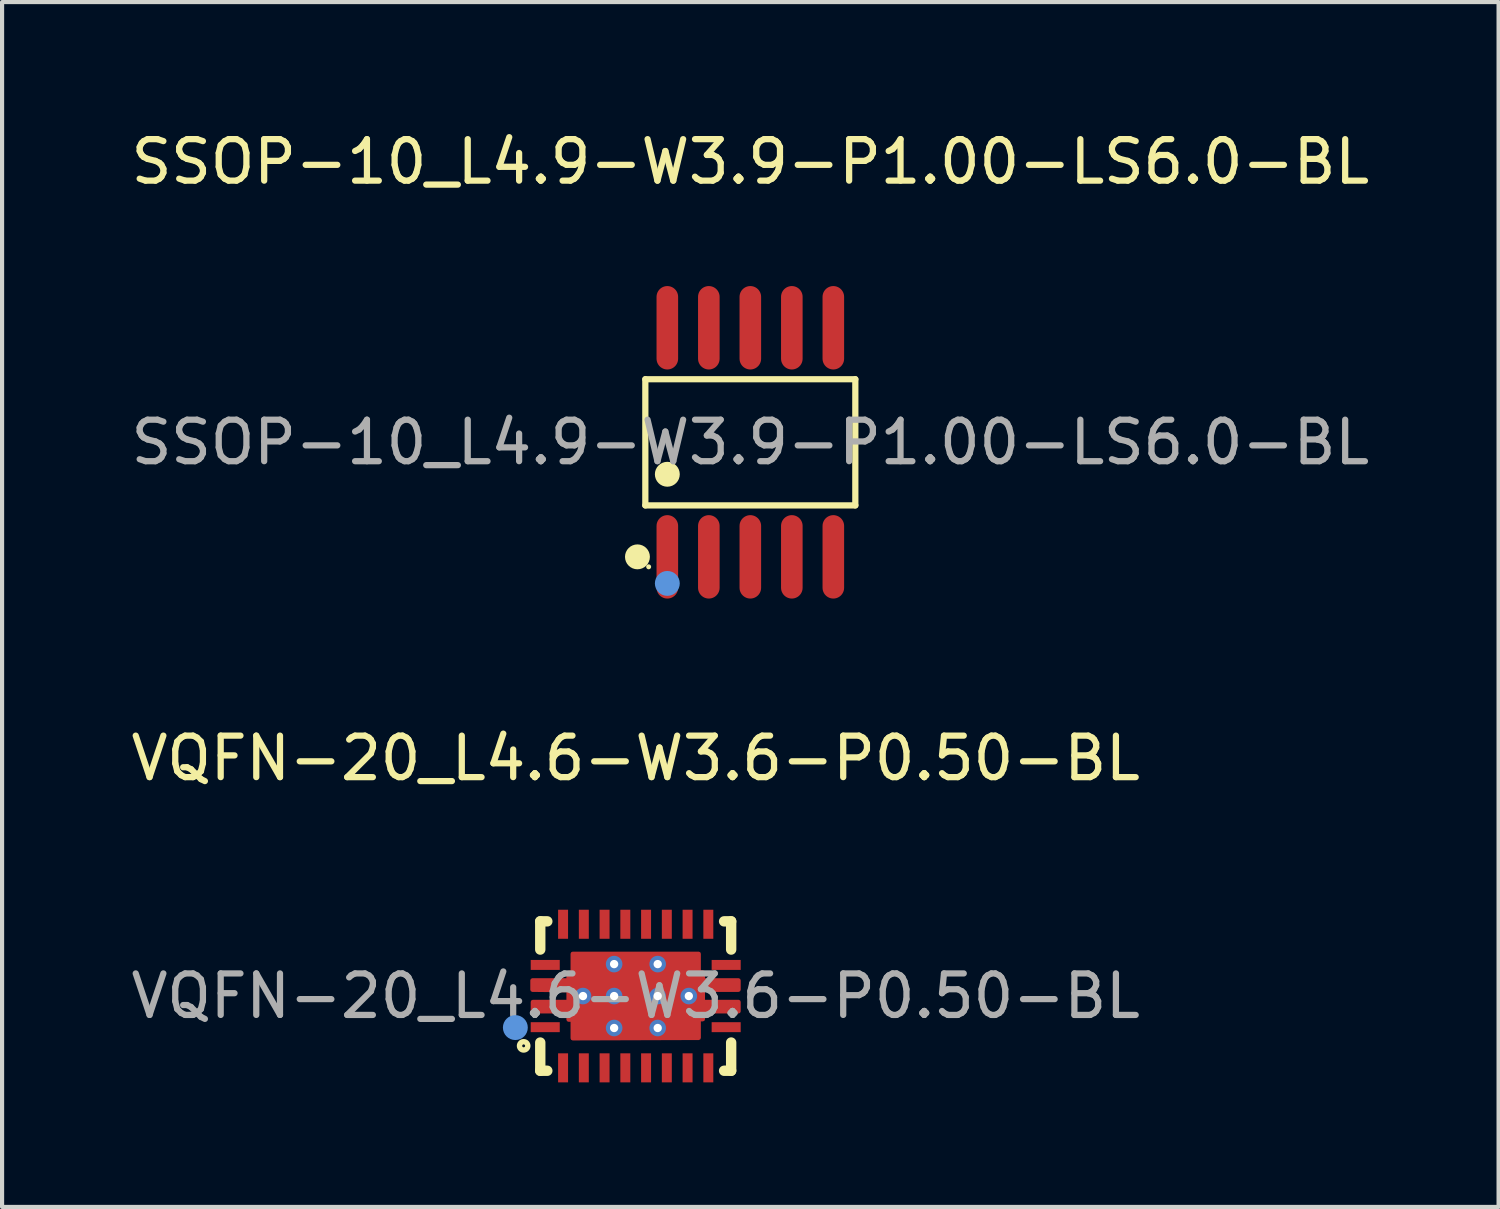
<source format=kicad_pcb>
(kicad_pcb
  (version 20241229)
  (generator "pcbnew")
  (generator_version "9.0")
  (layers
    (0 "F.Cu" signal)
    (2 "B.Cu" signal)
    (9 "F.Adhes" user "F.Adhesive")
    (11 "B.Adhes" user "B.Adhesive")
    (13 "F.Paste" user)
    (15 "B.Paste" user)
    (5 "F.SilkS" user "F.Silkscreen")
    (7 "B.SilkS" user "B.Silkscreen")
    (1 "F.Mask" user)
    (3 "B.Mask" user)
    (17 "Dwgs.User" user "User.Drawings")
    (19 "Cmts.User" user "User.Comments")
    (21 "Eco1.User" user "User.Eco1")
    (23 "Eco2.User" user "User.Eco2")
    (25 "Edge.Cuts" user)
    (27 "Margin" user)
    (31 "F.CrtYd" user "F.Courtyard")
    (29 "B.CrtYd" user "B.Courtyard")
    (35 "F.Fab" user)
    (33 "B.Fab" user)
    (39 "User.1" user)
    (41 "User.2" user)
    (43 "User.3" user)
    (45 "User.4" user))
  (footprint "SSOP-10_L4.9-W3.9-P1.00-LS6.0-BL"
    (layer "F.Cu")
    (at 15.03 7.608)
    (property "Reference" "SSOP-10_L4.9-W3.9-P1.00-LS6.0-BL" (at 0 -6.76 0) (layer "F.SilkS") (effects (font (size 1 1) (thickness 0.15))))
    (attr smd)
    (fp_line (start -2.53 -1.52) (end 2.53 -1.52) (stroke (width 0.15) (type solid)) (layer "F.SilkS"))
    (fp_line (start -2.53 1.52) (end -2.53 -1.52) (stroke (width 0.15) (type solid)) (layer "F.SilkS"))
    (fp_line (start 2.53 -1.52) (end 2.53 1.52) (stroke (width 0.15) (type solid)) (layer "F.SilkS"))
    (fp_line (start 2.53 1.52) (end -2.53 1.52) (stroke (width 0.15) (type solid)) (layer "F.SilkS"))
    (fp_circle (center -2.72 2.76) (end -2.57 2.76) (stroke (width 0.3) (type solid)) (fill no) (layer "F.SilkS"))
    (fp_circle (center -2.45 3) (end -2.42 3) (stroke (width 0.06) (type solid)) (fill no) (layer "F.SilkS"))
    (fp_circle (center -2 0.77) (end -1.85 0.77) (stroke (width 0.3) (type solid)) (fill no) (layer "F.SilkS"))
    (fp_circle (center -2 3.4) (end -1.85 3.4) (stroke (width 0.3) (type solid)) (fill no) (layer "Cmts.User"))
    (fp_text user "${REFERENCE}" (at 0 0 0) (layer "F.Fab") (effects (font (size 1 1) (thickness 0.15))))
    (pad "1" smd oval (at -2 2.76) (size 0.52 2.01) (layers "F.Cu" "F.Mask" "F.Paste"))
    (pad "2" smd oval (at -1 2.76) (size 0.52 2.01) (layers "F.Cu" "F.Mask" "F.Paste"))
    (pad "3" smd oval (at 0 2.76) (size 0.52 2.01) (layers "F.Cu" "F.Mask" "F.Paste"))
    (pad "4" smd oval (at 1 2.76) (size 0.52 2.01) (layers "F.Cu" "F.Mask" "F.Paste"))
    (pad "5" smd oval (at 2 2.76) (size 0.52 2.01) (layers "F.Cu" "F.Mask" "F.Paste"))
    (pad "6" smd oval (at 2 -2.76) (size 0.52 2.01) (layers "F.Cu" "F.Mask" "F.Paste"))
    (pad "7" smd oval (at 1 -2.76) (size 0.52 2.01) (layers "F.Cu" "F.Mask" "F.Paste"))
    (pad "8" smd oval (at 0 -2.76) (size 0.52 2.01) (layers "F.Cu" "F.Mask" "F.Paste"))
    (pad "9" smd oval (at -1 -2.76) (size 0.52 2.01) (layers "F.Cu" "F.Mask" "F.Paste"))
    (pad "10" smd oval (at -2 -2.76) (size 0.52 2.01) (layers "F.Cu" "F.Mask" "F.Paste")))
  (footprint "VQFN-20_L4.6-W3.6-P0.50-BL"
    (layer "F.Cu")
    (at 12.268 20.951)
    (property "Reference" "VQFN-20_L4.6-W3.6-P0.50-BL" (at 0 -5.73 0) (layer "F.SilkS") (effects (font (size 1 1) (thickness 0.15))))
    (attr smd)
    (fp_line (start -2.3 -1.8) (end -2.3 -1.12) (stroke (width 0.25) (type solid)) (layer "F.SilkS"))
    (fp_line (start -2.3 -1.8) (end -2.13 -1.8) (stroke (width 0.25) (type solid)) (layer "F.SilkS"))
    (fp_line (start -2.3 1.12) (end -2.3 1.8) (stroke (width 0.25) (type solid)) (layer "F.SilkS"))
    (fp_line (start -2.3 1.8) (end -2.13 1.8) (stroke (width 0.25) (type solid)) (layer "F.SilkS"))
    (fp_line (start 2.13 -1.8) (end 2.3 -1.8) (stroke (width 0.25) (type solid)) (layer "F.SilkS"))
    (fp_line (start 2.13 1.8) (end 2.3 1.8) (stroke (width 0.25) (type solid)) (layer "F.SilkS"))
    (fp_line (start 2.3 -1.8) (end 2.3 -1.12) (stroke (width 0.25) (type solid)) (layer "F.SilkS"))
    (fp_line (start 2.3 1.12) (end 2.3 1.8) (stroke (width 0.25) (type solid)) (layer "F.SilkS"))
    (fp_circle (center -2.7 1.2) (end -2.6 1.2) (stroke (width 0.13) (type solid)) (fill no) (layer "F.SilkS"))
    (fp_circle (center -2.29 1.75) (end -2.26 1.75) (stroke (width 0.06) (type solid)) (fill no) (layer "F.SilkS"))
    (fp_circle (center -2.9 0.76) (end -2.75 0.76) (stroke (width 0.3) (type solid)) (fill no) (layer "Cmts.User"))
    (fp_text user "${REFERENCE}" (at 0 0 0) (layer "F.Fab") (effects (font (size 1 1) (thickness 0.15))))
    (pad "" thru_hole circle (at -1.27 0) (size 0.4 0.4) (drill 0.2) (layers "*.Cu" "*.Paste" "*.Mask"))
    (pad "" thru_hole circle (at -0.52 -0.77) (size 0.4 0.4) (drill 0.2) (layers "*.Cu" "*.Paste" "*.Mask"))
    (pad "" thru_hole circle (at -0.52 0) (size 0.4 0.4) (drill 0.2) (layers "*.Cu" "*.Paste" "*.Mask"))
    (pad "" thru_hole circle (at -0.52 0.77) (size 0.4 0.4) (drill 0.2) (layers "*.Cu" "*.Paste" "*.Mask"))
    (pad "" thru_hole circle (at 0.53 -0.77) (size 0.4 0.4) (drill 0.2) (layers "*.Cu" "*.Paste" "*.Mask"))
    (pad "" thru_hole circle (at 0.53 0) (size 0.4 0.4) (drill 0.2) (layers "*.Cu" "*.Paste" "*.Mask"))
    (pad "" thru_hole circle (at 0.53 0.77) (size 0.4 0.4) (drill 0.2) (layers "*.Cu" "*.Paste" "*.Mask"))
    (pad "" thru_hole circle (at 1.28 0) (size 0.4 0.4) (drill 0.2) (layers "*.Cu" "*.Paste" "*.Mask"))
    (pad "1" smd rect (at -2.18 0.75) (size 0.7 0.24) (layers "F.Cu" "F.Mask" "F.Paste"))
    (pad "2" smd rect (at -1.75 1.73) (size 0.24 0.7) (layers "F.Cu" "F.Mask" "F.Paste"))
    (pad "3" smd rect (at -1.25 1.73) (size 0.24 0.7) (layers "F.Cu" "F.Mask" "F.Paste"))
    (pad "4" smd rect (at -0.75 1.73) (size 0.24 0.7) (layers "F.Cu" "F.Mask" "F.Paste"))
    (pad "5" smd rect (at -0.25 1.73) (size 0.24 0.7) (layers "F.Cu" "F.Mask" "F.Paste"))
    (pad "6" smd rect (at 0.25 1.73) (size 0.24 0.7) (layers "F.Cu" "F.Mask" "F.Paste"))
    (pad "7" smd rect (at 0.75 1.73) (size 0.24 0.7) (layers "F.Cu" "F.Mask" "F.Paste"))
    (pad "8" smd rect (at 1.25 1.73) (size 0.24 0.7) (layers "F.Cu" "F.Mask" "F.Paste"))
    (pad "9" smd rect (at 1.75 1.73) (size 0.24 0.7) (layers "F.Cu" "F.Mask" "F.Paste"))
    (pad "10" smd rect (at 2.18 0.75) (size 0.7 0.24) (layers "F.Cu" "F.Mask" "F.Paste"))
    (pad "11" smd rect (at 2.18 -0.75) (size 0.7 0.24) (layers "F.Cu" "F.Mask" "F.Paste"))
    (pad "12" smd rect (at 1.75 -1.73) (size 0.24 0.7) (layers "F.Cu" "F.Mask" "F.Paste"))
    (pad "13" smd rect (at 1.25 -1.73) (size 0.24 0.7) (layers "F.Cu" "F.Mask" "F.Paste"))
    (pad "14" smd rect (at 0.75 -1.73) (size 0.24 0.7) (layers "F.Cu" "F.Mask" "F.Paste"))
    (pad "15" smd rect (at 0.25 -1.73) (size 0.24 0.7) (layers "F.Cu" "F.Mask" "F.Paste"))
    (pad "16" smd rect (at -0.25 -1.73) (size 0.24 0.7) (layers "F.Cu" "F.Mask" "F.Paste"))
    (pad "17" smd rect (at -0.75 -1.73) (size 0.24 0.7) (layers "F.Cu" "F.Mask" "F.Paste"))
    (pad "18" smd rect (at -1.25 -1.73) (size 0.24 0.7) (layers "F.Cu" "F.Mask" "F.Paste"))
    (pad "19" smd rect (at -1.75 -1.73) (size 0.24 0.7) (layers "F.Cu" "F.Mask" "F.Paste"))
    (pad "20" smd rect (at -2.18 -0.75) (size 0.7 0.24) (layers "F.Cu" "F.Mask" "F.Paste"))
    (pad "21" smd custom (at 0 0) (size 0.01 0.01) (layers "F.Cu" "F.Mask" "F.Paste") (options (anchor circle)) (primitives (gr_poly (pts (xy -1.62 -0.14) (xy -2.49 -0.15) (xy -2.49 -0.38) (xy -1.62 -0.38) (xy -1.62 -0.56) (xy -1.52 -0.57) (xy -1.52 -1.02) (xy 1.52 -1.02) (xy 1.52 -0.57) (xy 1.62 -0.57) (xy 1.62 -0.38) (xy 2.48 -0.38) (xy 2.48 -0.15) (xy 1.62 -0.15) (xy 1.62 0.14) (xy 2.48 0.14) (xy 2.48 0.37) (xy 1.62 0.37) (xy 1.62 0.56) (xy 1.52 0.56) (xy 1.52 1.01) (xy -1.52 1.02) (xy -1.52 0.57) (xy -1.62 0.57) (xy -1.62 0.37) (xy -2.48 0.37) (xy -2.48 0.14) (xy -1.62 0.14) (xy -1.62 -0.15)) (width 0.1) (fill yes)))))
  (gr_rect
    (start -3 -3)
    (end 33.06 26.032)
    (stroke (width 0.1) (type default))
    (fill no)
    (layer "Edge.Cuts")))
</source>
